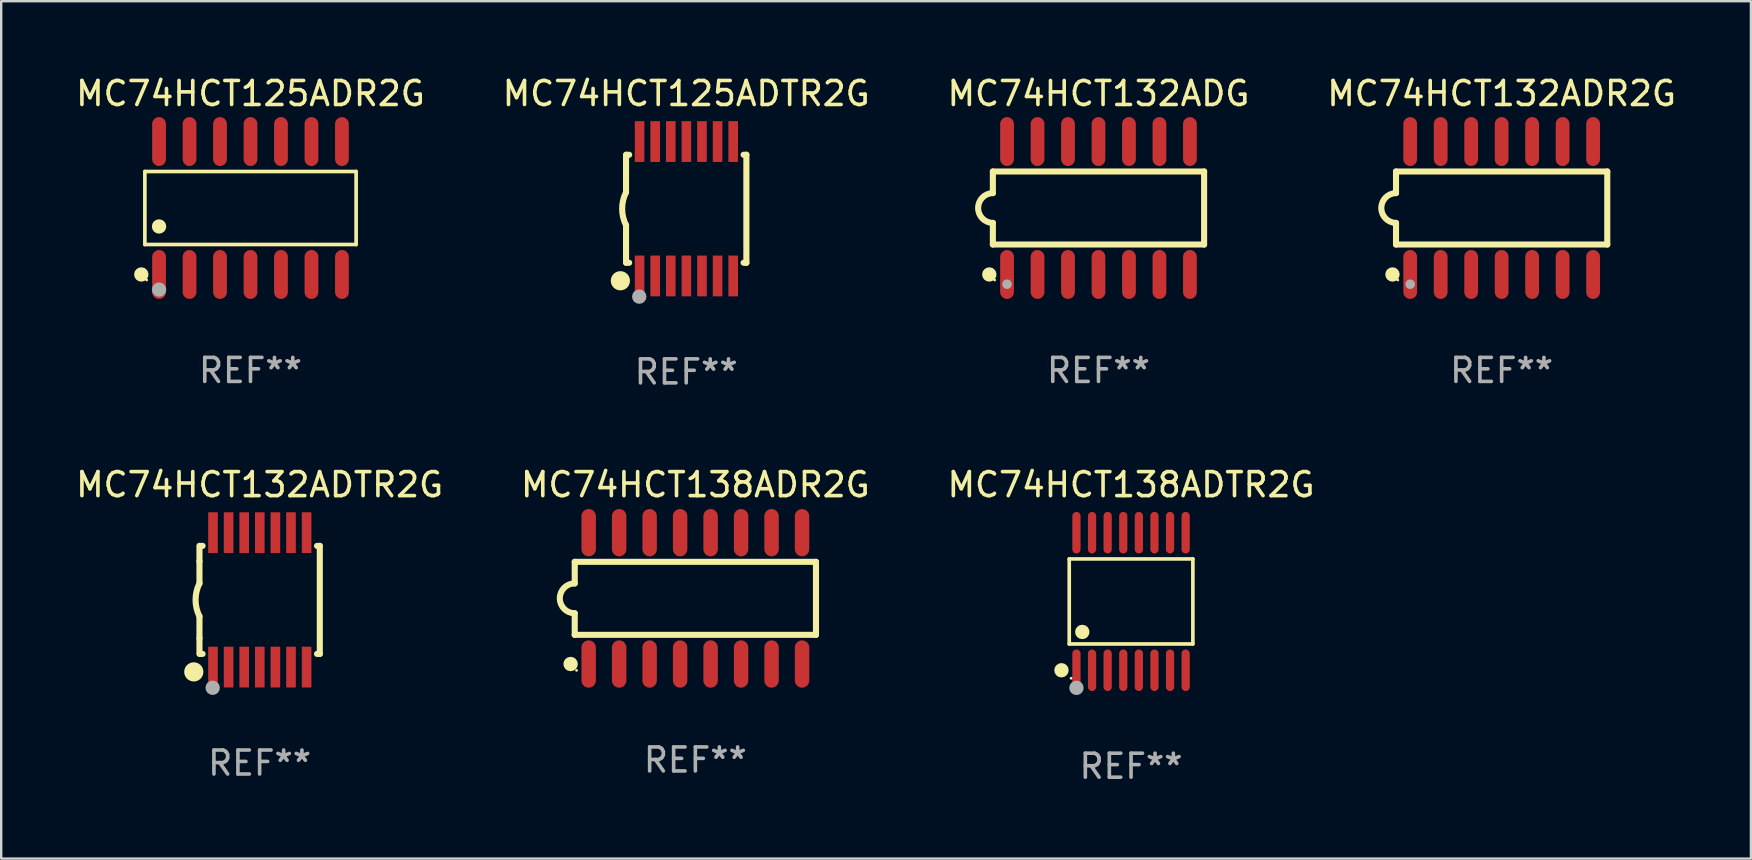
<source format=kicad_pcb>
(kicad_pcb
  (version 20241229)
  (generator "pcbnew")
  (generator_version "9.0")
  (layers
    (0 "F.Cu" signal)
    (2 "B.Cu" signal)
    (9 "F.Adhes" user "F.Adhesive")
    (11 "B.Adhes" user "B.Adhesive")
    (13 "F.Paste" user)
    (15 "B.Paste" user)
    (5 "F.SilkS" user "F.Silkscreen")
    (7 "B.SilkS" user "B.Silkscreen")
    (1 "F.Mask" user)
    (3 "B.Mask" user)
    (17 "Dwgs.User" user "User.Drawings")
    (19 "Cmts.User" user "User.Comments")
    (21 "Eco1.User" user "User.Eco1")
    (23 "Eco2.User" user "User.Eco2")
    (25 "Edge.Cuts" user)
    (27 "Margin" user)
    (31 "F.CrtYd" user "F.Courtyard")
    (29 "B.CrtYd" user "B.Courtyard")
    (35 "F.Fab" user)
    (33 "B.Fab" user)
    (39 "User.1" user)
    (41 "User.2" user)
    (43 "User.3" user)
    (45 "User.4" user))
  (footprint "MC74HCT125ADTR2G"
    (layer "F.Cu")
    (at 25.542 5.648)
    (property "Reference" "MC74HCT125ADTR2G" (at 0 -4.8 0) (layer "F.SilkS") (effects (font (size 1 1) (thickness 0.15))))
    (attr through_hole)
    (fp_line (start -2.507 -1.6) (end -2.507 -2.25) (stroke (width 0.254) (type solid)) (layer "F.SilkS"))
    (fp_line (start -2.507 -0.686) (end -2.507 -1.6) (stroke (width 0.254) (type solid)) (layer "F.SilkS"))
    (fp_line (start -2.507 1.6) (end -2.507 0.686) (stroke (width 0.254) (type solid)) (layer "F.SilkS"))
    (fp_line (start -2.507 1.6) (end -2.507 2.25) (stroke (width 0.254) (type solid)) (layer "F.SilkS"))
    (fp_line (start -2.493 -2.25) (end -2.377 -2.25) (stroke (width 0.254) (type solid)) (layer "F.SilkS"))
    (fp_line (start -2.377 2.25) (end -2.493 2.25) (stroke (width 0.254) (type solid)) (layer "F.SilkS"))
    (fp_line (start 2.392 -2.25) (end 2.507 -2.25) (stroke (width 0.254) (type solid)) (layer "F.SilkS"))
    (fp_line (start 2.507 -2.25) (end 2.507 2.25) (stroke (width 0.254) (type solid)) (layer "F.SilkS"))
    (fp_line (start 2.507 2.25) (end 2.392 2.25) (stroke (width 0.254) (type solid)) (layer "F.SilkS"))
    (fp_arc (start -2.507303 0.685802) (mid -2.669199 0) (end -2.507303 -0.685801) (stroke (width 0.254001) (type solid)) (layer "F.SilkS"))
    (fp_circle (center -2.743 3) (end -2.543 3) (stroke (width 0.4) (type solid)) (fill no) (layer "F.SilkS"))
    (fp_circle (center -2.493 3.2) (end -2.463 3.2) (stroke (width 0.06) (type solid)) (fill no) (layer "F.SilkS"))
    (fp_circle (center -1.957 3.662) (end -1.807 3.662) (stroke (width 0.3) (type solid)) (fill no) (layer "F.Fab"))
    (fp_text user "REF**" (at 0 6.8 0) (layer "F.Fab") (effects (font (size 1 1) (thickness 0.15))))
    (pad "1" smd rect (at -1.943 2.8) (size 0.4 1.7) (layers "F.Cu" "F.Mask" "F.Paste"))
    (pad "2" smd rect (at -1.293 2.8) (size 0.4 1.7) (layers "F.Cu" "F.Mask" "F.Paste"))
    (pad "3" smd rect (at -0.643 2.8) (size 0.4 1.7) (layers "F.Cu" "F.Mask" "F.Paste"))
    (pad "4" smd rect (at 0.007 2.8) (size 0.4 1.7) (layers "F.Cu" "F.Mask" "F.Paste"))
    (pad "5" smd rect (at 0.657 2.8) (size 0.4 1.7) (layers "F.Cu" "F.Mask" "F.Paste"))
    (pad "6" smd rect (at 1.307 2.8) (size 0.4 1.7) (layers "F.Cu" "F.Mask" "F.Paste"))
    (pad "7" smd rect (at 1.957 2.8) (size 0.4 1.7) (layers "F.Cu" "F.Mask" "F.Paste"))
    (pad "8" smd rect (at 1.957 -2.8) (size 0.4 1.7) (layers "F.Cu" "F.Mask" "F.Paste"))
    (pad "9" smd rect (at 1.307 -2.8) (size 0.4 1.7) (layers "F.Cu" "F.Mask" "F.Paste"))
    (pad "10" smd rect (at 0.657 -2.8) (size 0.4 1.7) (layers "F.Cu" "F.Mask" "F.Paste"))
    (pad "11" smd rect (at 0.007 -2.8) (size 0.4 1.7) (layers "F.Cu" "F.Mask" "F.Paste"))
    (pad "12" smd rect (at -0.643 -2.8) (size 0.4 1.7) (layers "F.Cu" "F.Mask" "F.Paste"))
    (pad "13" smd rect (at -1.293 -2.8) (size 0.4 1.7) (layers "F.Cu" "F.Mask" "F.Paste"))
    (pad "14" smd rect (at -1.943 -2.8) (size 0.4 1.7) (layers "F.Cu" "F.Mask" "F.Paste")))
  (footprint "MC74HCT138ADTR2G"
    (layer "F.Cu")
    (at 44.077 22.011)
    (property "Reference" "MC74HCT138ADTR2G" (at 0 -4.866 0) (layer "F.SilkS") (effects (font (size 1 1) (thickness 0.15))))
    (attr through_hole)
    (fp_line (start -2.576 -1.772) (end 2.576 -1.772) (stroke (width 0.152) (type solid)) (layer "F.SilkS"))
    (fp_line (start -2.576 1.771) (end -2.576 -1.772) (stroke (width 0.152) (type solid)) (layer "F.SilkS"))
    (fp_line (start 2.576 -1.772) (end 2.576 1.771) (stroke (width 0.152) (type solid)) (layer "F.SilkS"))
    (fp_line (start 2.576 1.771) (end -2.576 1.771) (stroke (width 0.152) (type solid)) (layer "F.SilkS"))
    (fp_circle (center -2.899 2.866) (end -2.749 2.866) (stroke (width 0.3) (type solid)) (fill no) (layer "F.SilkS"))
    (fp_circle (center -2.5 3.2) (end -2.47 3.2) (stroke (width 0.06) (type solid)) (fill no) (layer "F.SilkS"))
    (fp_circle (center -2.032 1.27) (end -1.882 1.27) (stroke (width 0.3) (type solid)) (fill no) (layer "F.SilkS"))
    (fp_circle (center -2.275 3.6) (end -2.125 3.6) (stroke (width 0.3) (type solid)) (fill no) (layer "F.Fab"))
    (fp_text user "REF**" (at 0 6.866 0) (layer "F.Fab") (effects (font (size 1 1) (thickness 0.15))))
    (pad "1" smd oval (at -2.275 2.866) (size 0.343 1.731) (layers "F.Cu" "F.Mask" "F.Paste"))
    (pad "2" smd oval (at -1.625 2.866) (size 0.343 1.731) (layers "F.Cu" "F.Mask" "F.Paste"))
    (pad "3" smd oval (at -0.975 2.866) (size 0.343 1.731) (layers "F.Cu" "F.Mask" "F.Paste"))
    (pad "4" smd oval (at -0.325 2.866) (size 0.343 1.731) (layers "F.Cu" "F.Mask" "F.Paste"))
    (pad "5" smd oval (at 0.325 2.866) (size 0.343 1.731) (layers "F.Cu" "F.Mask" "F.Paste"))
    (pad "6" smd oval (at 0.975 2.866) (size 0.343 1.731) (layers "F.Cu" "F.Mask" "F.Paste"))
    (pad "7" smd oval (at 1.625 2.866) (size 0.343 1.731) (layers "F.Cu" "F.Mask" "F.Paste"))
    (pad "8" smd oval (at 2.275 2.866) (size 0.343 1.731) (layers "F.Cu" "F.Mask" "F.Paste"))
    (pad "9" smd oval (at 2.275 -2.866) (size 0.343 1.731) (layers "F.Cu" "F.Mask" "F.Paste"))
    (pad "10" smd oval (at 1.625 -2.866) (size 0.343 1.731) (layers "F.Cu" "F.Mask" "F.Paste"))
    (pad "11" smd oval (at 0.975 -2.866) (size 0.343 1.731) (layers "F.Cu" "F.Mask" "F.Paste"))
    (pad "12" smd oval (at 0.325 -2.866) (size 0.343 1.731) (layers "F.Cu" "F.Mask" "F.Paste"))
    (pad "13" smd oval (at -0.325 -2.866) (size 0.343 1.731) (layers "F.Cu" "F.Mask" "F.Paste"))
    (pad "14" smd oval (at -0.975 -2.866) (size 0.343 1.731) (layers "F.Cu" "F.Mask" "F.Paste"))
    (pad "15" smd oval (at -1.625 -2.866) (size 0.343 1.731) (layers "F.Cu" "F.Mask" "F.Paste"))
    (pad "16" smd oval (at -2.275 -2.866) (size 0.343 1.731) (layers "F.Cu" "F.Mask" "F.Paste")))
  (footprint "MC74HCT138ADR2G"
    (layer "F.Cu")
    (at 25.923 21.881)
    (property "Reference" "MC74HCT138ADR2G" (at 0 -4.736 0) (layer "F.SilkS") (effects (font (size 1 1) (thickness 0.15))))
    (attr through_hole)
    (fp_line (start -5.026 -1.521) (end -5.026 -0.621) (stroke (width 0.254) (type solid)) (layer "F.SilkS"))
    (fp_line (start -5.026 -1.521) (end 5.026 -1.521) (stroke (width 0.254) (type solid)) (layer "F.SilkS"))
    (fp_line (start -5.026 1.521) (end -5.026 0.621) (stroke (width 0.254) (type solid)) (layer "F.SilkS"))
    (fp_line (start 5.026 -1.521) (end 5.026 1.521) (stroke (width 0.254) (type solid)) (layer "F.SilkS"))
    (fp_line (start 5.026 1.521) (end -5.026 1.521) (stroke (width 0.254) (type solid)) (layer "F.SilkS"))
    (fp_arc (start -5.026187 0.621387) (mid -5.647752 -0.000787) (end -5.025781 -0.622555) (stroke (width 0.254001) (type solid)) (layer "F.SilkS"))
    (fp_circle (center -5.198 2.736) (end -5.048 2.736) (stroke (width 0.3) (type solid)) (fill no) (layer "F.SilkS"))
    (fp_circle (center -4.95 3) (end -4.92 3) (stroke (width 0.06) (type solid)) (fill no) (layer "F.SilkS"))
    (fp_text user "REF**" (at 0 6.736 0) (layer "F.Fab") (effects (font (size 1 1) (thickness 0.15))))
    (pad "1" smd oval (at -4.445 2.736) (size 0.602 1.971) (layers "F.Cu" "F.Mask" "F.Paste"))
    (pad "2" smd oval (at -3.175 2.736) (size 0.602 1.971) (layers "F.Cu" "F.Mask" "F.Paste"))
    (pad "3" smd oval (at -1.905 2.736) (size 0.602 1.971) (layers "F.Cu" "F.Mask" "F.Paste"))
    (pad "4" smd oval (at -0.635 2.736) (size 0.602 1.971) (layers "F.Cu" "F.Mask" "F.Paste"))
    (pad "5" smd oval (at 0.635 2.736) (size 0.602 1.971) (layers "F.Cu" "F.Mask" "F.Paste"))
    (pad "6" smd oval (at 1.905 2.736) (size 0.602 1.971) (layers "F.Cu" "F.Mask" "F.Paste"))
    (pad "7" smd oval (at 3.175 2.736) (size 0.602 1.971) (layers "F.Cu" "F.Mask" "F.Paste"))
    (pad "8" smd oval (at 4.445 2.736) (size 0.602 1.971) (layers "F.Cu" "F.Mask" "F.Paste"))
    (pad "9" smd oval (at 4.445 -2.736) (size 0.602 1.971) (layers "F.Cu" "F.Mask" "F.Paste"))
    (pad "10" smd oval (at 3.175 -2.736) (size 0.602 1.971) (layers "F.Cu" "F.Mask" "F.Paste"))
    (pad "11" smd oval (at 1.905 -2.736) (size 0.602 1.971) (layers "F.Cu" "F.Mask" "F.Paste"))
    (pad "12" smd oval (at 0.635 -2.736) (size 0.602 1.971) (layers "F.Cu" "F.Mask" "F.Paste"))
    (pad "13" smd oval (at -0.635 -2.736) (size 0.602 1.971) (layers "F.Cu" "F.Mask" "F.Paste"))
    (pad "14" smd oval (at -1.905 -2.736) (size 0.602 1.971) (layers "F.Cu" "F.Mask" "F.Paste"))
    (pad "15" smd oval (at -3.175 -2.736) (size 0.602 1.971) (layers "F.Cu" "F.Mask" "F.Paste"))
    (pad "16" smd oval (at -4.445 -2.736) (size 0.602 1.971) (layers "F.Cu" "F.Mask" "F.Paste")))
  (footprint "MC74HCT125ADR2G"
    (layer "F.Cu")
    (at 7.387 5.617)
    (property "Reference" "MC74HCT125ADR2G" (at 0 -4.769 0) (layer "F.SilkS") (effects (font (size 1 1) (thickness 0.15))))
    (attr through_hole)
    (fp_line (start -4.401 -1.521) (end 4.401 -1.521) (stroke (width 0.152) (type solid)) (layer "F.SilkS"))
    (fp_line (start -4.401 1.521) (end -4.401 -1.521) (stroke (width 0.152) (type solid)) (layer "F.SilkS"))
    (fp_line (start 4.401 -1.521) (end 4.401 1.521) (stroke (width 0.152) (type solid)) (layer "F.SilkS"))
    (fp_line (start 4.401 1.521) (end -4.401 1.521) (stroke (width 0.152) (type solid)) (layer "F.SilkS"))
    (fp_circle (center -4.549 2.769) (end -4.399 2.769) (stroke (width 0.3) (type solid)) (fill no) (layer "F.SilkS"))
    (fp_circle (center -4.325 3) (end -4.295 3) (stroke (width 0.06) (type solid)) (fill no) (layer "F.SilkS"))
    (fp_circle (center -3.81 0.769) (end -3.66 0.769) (stroke (width 0.3) (type solid)) (fill no) (layer "F.SilkS"))
    (fp_circle (center -3.81 3.4) (end -3.66 3.4) (stroke (width 0.3) (type solid)) (fill no) (layer "F.Fab"))
    (fp_text user "REF**" (at 0 6.769 0) (layer "F.Fab") (effects (font (size 1 1) (thickness 0.15))))
    (pad "1" smd oval (at -3.81 2.769) (size 0.574 2.038) (layers "F.Cu" "F.Mask" "F.Paste"))
    (pad "2" smd oval (at -2.54 2.769) (size 0.574 2.038) (layers "F.Cu" "F.Mask" "F.Paste"))
    (pad "3" smd oval (at -1.27 2.769) (size 0.574 2.038) (layers "F.Cu" "F.Mask" "F.Paste"))
    (pad "4" smd oval (at 0 2.769) (size 0.574 2.038) (layers "F.Cu" "F.Mask" "F.Paste"))
    (pad "5" smd oval (at 1.27 2.769) (size 0.574 2.038) (layers "F.Cu" "F.Mask" "F.Paste"))
    (pad "6" smd oval (at 2.54 2.769) (size 0.574 2.038) (layers "F.Cu" "F.Mask" "F.Paste"))
    (pad "7" smd oval (at 3.81 2.769) (size 0.574 2.038) (layers "F.Cu" "F.Mask" "F.Paste"))
    (pad "8" smd oval (at 3.81 -2.769) (size 0.574 2.038) (layers "F.Cu" "F.Mask" "F.Paste"))
    (pad "9" smd oval (at 2.54 -2.769) (size 0.574 2.038) (layers "F.Cu" "F.Mask" "F.Paste"))
    (pad "10" smd oval (at 1.27 -2.769) (size 0.574 2.038) (layers "F.Cu" "F.Mask" "F.Paste"))
    (pad "11" smd oval (at 0 -2.769) (size 0.574 2.038) (layers "F.Cu" "F.Mask" "F.Paste"))
    (pad "12" smd oval (at -1.27 -2.769) (size 0.574 2.038) (layers "F.Cu" "F.Mask" "F.Paste"))
    (pad "13" smd oval (at -2.54 -2.769) (size 0.574 2.038) (layers "F.Cu" "F.Mask" "F.Paste"))
    (pad "14" smd oval (at -3.81 -2.769) (size 0.574 2.038) (layers "F.Cu" "F.Mask" "F.Paste")))
  (footprint "MC74HCT132ADG"
    (layer "F.Cu")
    (at 42.72 5.617)
    (property "Reference" "MC74HCT132ADG" (at 0 -4.769 0) (layer "F.SilkS") (effects (font (size 1 1) (thickness 0.15))))
    (attr through_hole)
    (fp_line (start -4.401 -1.522) (end -4.401 -0.622) (stroke (width 0.254) (type solid)) (layer "F.SilkS"))
    (fp_line (start -4.401 -1.522) (end 4.401 -1.522) (stroke (width 0.254) (type solid)) (layer "F.SilkS"))
    (fp_line (start -4.401 1.521) (end -4.401 0.621) (stroke (width 0.254) (type solid)) (layer "F.SilkS"))
    (fp_line (start 4.401 -1.522) (end 4.401 1.521) (stroke (width 0.254) (type solid)) (layer "F.SilkS"))
    (fp_line (start 4.401 1.521) (end -4.401 1.521) (stroke (width 0.254) (type solid)) (layer "F.SilkS"))
    (fp_arc (start -4.401219 0.621311) (mid -5.021261 -0.000419) (end -4.400101 -0.621032) (stroke (width 0.254001) (type solid)) (layer "F.SilkS"))
    (fp_circle (center -4.549 2.769) (end -4.399 2.769) (stroke (width 0.3) (type solid)) (fill no) (layer "F.SilkS"))
    (fp_circle (center -4.325 3) (end -4.295 3) (stroke (width 0.06) (type solid)) (fill no) (layer "F.SilkS"))
    (fp_circle (center -3.81 3.175) (end -3.71 3.175) (stroke (width 0.2) (type solid)) (fill no) (layer "F.Fab"))
    (fp_text user "REF**" (at 0 6.769 0) (layer "F.Fab") (effects (font (size 1 1) (thickness 0.15))))
    (pad "1" smd oval (at -3.81 2.769) (size 0.574 2.038) (layers "F.Cu" "F.Mask" "F.Paste"))
    (pad "2" smd oval (at -2.54 2.769) (size 0.574 2.038) (layers "F.Cu" "F.Mask" "F.Paste"))
    (pad "3" smd oval (at -1.27 2.769) (size 0.574 2.038) (layers "F.Cu" "F.Mask" "F.Paste"))
    (pad "4" smd oval (at -0.000051 2.769) (size 0.574 2.038) (layers "F.Cu" "F.Mask" "F.Paste"))
    (pad "5" smd oval (at 1.27 2.769) (size 0.574 2.038) (layers "F.Cu" "F.Mask" "F.Paste"))
    (pad "6" smd oval (at 2.54 2.769) (size 0.574 2.038) (layers "F.Cu" "F.Mask" "F.Paste"))
    (pad "7" smd oval (at 3.81 2.769) (size 0.574 2.038) (layers "F.Cu" "F.Mask" "F.Paste"))
    (pad "8" smd oval (at 3.81 -2.769) (size 0.574 2.038) (layers "F.Cu" "F.Mask" "F.Paste"))
    (pad "9" smd oval (at 2.54 -2.769) (size 0.574 2.038) (layers "F.Cu" "F.Mask" "F.Paste"))
    (pad "10" smd oval (at 1.27 -2.769) (size 0.574 2.038) (layers "F.Cu" "F.Mask" "F.Paste"))
    (pad "11" smd oval (at -0.000051 -2.769) (size 0.574 2.038) (layers "F.Cu" "F.Mask" "F.Paste"))
    (pad "12" smd oval (at -1.27 -2.769) (size 0.574 2.038) (layers "F.Cu" "F.Mask" "F.Paste"))
    (pad "13" smd oval (at -2.54 -2.769) (size 0.574 2.038) (layers "F.Cu" "F.Mask" "F.Paste"))
    (pad "14" smd oval (at -3.81 -2.769) (size 0.574 2.038) (layers "F.Cu" "F.Mask" "F.Paste")))
  (footprint "MC74HCT132ADR2G"
    (layer "F.Cu")
    (at 59.518 5.617)
    (property "Reference" "MC74HCT132ADR2G" (at 0 -4.769 0) (layer "F.SilkS") (effects (font (size 1 1) (thickness 0.15))))
    (attr through_hole)
    (fp_line (start -4.401 -1.522) (end -4.401 -0.622) (stroke (width 0.254) (type solid)) (layer "F.SilkS"))
    (fp_line (start -4.401 -1.522) (end 4.401 -1.522) (stroke (width 0.254) (type solid)) (layer "F.SilkS"))
    (fp_line (start -4.401 1.521) (end -4.401 0.621) (stroke (width 0.254) (type solid)) (layer "F.SilkS"))
    (fp_line (start 4.401 -1.522) (end 4.401 1.521) (stroke (width 0.254) (type solid)) (layer "F.SilkS"))
    (fp_line (start 4.401 1.521) (end -4.401 1.521) (stroke (width 0.254) (type solid)) (layer "F.SilkS"))
    (fp_arc (start -4.401219 0.621311) (mid -5.021261 -0.000419) (end -4.400101 -0.621032) (stroke (width 0.254001) (type solid)) (layer "F.SilkS"))
    (fp_circle (center -4.549 2.769) (end -4.399 2.769) (stroke (width 0.3) (type solid)) (fill no) (layer "F.SilkS"))
    (fp_circle (center -4.325 3) (end -4.295 3) (stroke (width 0.06) (type solid)) (fill no) (layer "F.SilkS"))
    (fp_circle (center -3.81 3.175) (end -3.71 3.175) (stroke (width 0.2) (type solid)) (fill no) (layer "F.Fab"))
    (fp_text user "REF**" (at 0 6.769 0) (layer "F.Fab") (effects (font (size 1 1) (thickness 0.15))))
    (pad "1" smd oval (at -3.81 2.769) (size 0.574 2.038) (layers "F.Cu" "F.Mask" "F.Paste"))
    (pad "2" smd oval (at -2.54 2.769) (size 0.574 2.038) (layers "F.Cu" "F.Mask" "F.Paste"))
    (pad "3" smd oval (at -1.27 2.769) (size 0.574 2.038) (layers "F.Cu" "F.Mask" "F.Paste"))
    (pad "4" smd oval (at -0.000051 2.769) (size 0.574 2.038) (layers "F.Cu" "F.Mask" "F.Paste"))
    (pad "5" smd oval (at 1.27 2.769) (size 0.574 2.038) (layers "F.Cu" "F.Mask" "F.Paste"))
    (pad "6" smd oval (at 2.54 2.769) (size 0.574 2.038) (layers "F.Cu" "F.Mask" "F.Paste"))
    (pad "7" smd oval (at 3.81 2.769) (size 0.574 2.038) (layers "F.Cu" "F.Mask" "F.Paste"))
    (pad "8" smd oval (at 3.81 -2.769) (size 0.574 2.038) (layers "F.Cu" "F.Mask" "F.Paste"))
    (pad "9" smd oval (at 2.54 -2.769) (size 0.574 2.038) (layers "F.Cu" "F.Mask" "F.Paste"))
    (pad "10" smd oval (at 1.27 -2.769) (size 0.574 2.038) (layers "F.Cu" "F.Mask" "F.Paste"))
    (pad "11" smd oval (at -0.000051 -2.769) (size 0.574 2.038) (layers "F.Cu" "F.Mask" "F.Paste"))
    (pad "12" smd oval (at -1.27 -2.769) (size 0.574 2.038) (layers "F.Cu" "F.Mask" "F.Paste"))
    (pad "13" smd oval (at -2.54 -2.769) (size 0.574 2.038) (layers "F.Cu" "F.Mask" "F.Paste"))
    (pad "14" smd oval (at -3.81 -2.769) (size 0.574 2.038) (layers "F.Cu" "F.Mask" "F.Paste")))
  (footprint "MC74HCT132ADTR2G"
    (layer "F.Cu")
    (at 7.768 21.945)
    (property "Reference" "MC74HCT132ADTR2G" (at 0 -4.8 0) (layer "F.SilkS") (effects (font (size 1 1) (thickness 0.15))))
    (attr through_hole)
    (fp_line (start -2.507 -1.6) (end -2.507 -2.25) (stroke (width 0.254) (type solid)) (layer "F.SilkS"))
    (fp_line (start -2.507 -0.686) (end -2.507 -1.6) (stroke (width 0.254) (type solid)) (layer "F.SilkS"))
    (fp_line (start -2.507 1.6) (end -2.507 0.686) (stroke (width 0.254) (type solid)) (layer "F.SilkS"))
    (fp_line (start -2.507 1.6) (end -2.507 2.25) (stroke (width 0.254) (type solid)) (layer "F.SilkS"))
    (fp_line (start -2.493 -2.25) (end -2.377 -2.25) (stroke (width 0.254) (type solid)) (layer "F.SilkS"))
    (fp_line (start -2.377 2.25) (end -2.493 2.25) (stroke (width 0.254) (type solid)) (layer "F.SilkS"))
    (fp_line (start 2.392 -2.25) (end 2.507 -2.25) (stroke (width 0.254) (type solid)) (layer "F.SilkS"))
    (fp_line (start 2.507 -2.25) (end 2.507 2.25) (stroke (width 0.254) (type solid)) (layer "F.SilkS"))
    (fp_line (start 2.507 2.25) (end 2.392 2.25) (stroke (width 0.254) (type solid)) (layer "F.SilkS"))
    (fp_arc (start -2.507303 0.685802) (mid -2.669199 0) (end -2.507303 -0.685801) (stroke (width 0.254001) (type solid)) (layer "F.SilkS"))
    (fp_circle (center -2.743 3) (end -2.543 3) (stroke (width 0.4) (type solid)) (fill no) (layer "F.SilkS"))
    (fp_circle (center -2.493 3.2) (end -2.463 3.2) (stroke (width 0.06) (type solid)) (fill no) (layer "F.SilkS"))
    (fp_circle (center -1.957 3.662) (end -1.807 3.662) (stroke (width 0.3) (type solid)) (fill no) (layer "F.Fab"))
    (fp_text user "REF**" (at 0 6.8 0) (layer "F.Fab") (effects (font (size 1 1) (thickness 0.15))))
    (pad "1" smd rect (at -1.943 2.8) (size 0.4 1.7) (layers "F.Cu" "F.Mask" "F.Paste"))
    (pad "2" smd rect (at -1.293 2.8) (size 0.4 1.7) (layers "F.Cu" "F.Mask" "F.Paste"))
    (pad "3" smd rect (at -0.643 2.8) (size 0.4 1.7) (layers "F.Cu" "F.Mask" "F.Paste"))
    (pad "4" smd rect (at 0.007 2.8) (size 0.4 1.7) (layers "F.Cu" "F.Mask" "F.Paste"))
    (pad "5" smd rect (at 0.657 2.8) (size 0.4 1.7) (layers "F.Cu" "F.Mask" "F.Paste"))
    (pad "6" smd rect (at 1.307 2.8) (size 0.4 1.7) (layers "F.Cu" "F.Mask" "F.Paste"))
    (pad "7" smd rect (at 1.957 2.8) (size 0.4 1.7) (layers "F.Cu" "F.Mask" "F.Paste"))
    (pad "8" smd rect (at 1.957 -2.8) (size 0.4 1.7) (layers "F.Cu" "F.Mask" "F.Paste"))
    (pad "9" smd rect (at 1.307 -2.8) (size 0.4 1.7) (layers "F.Cu" "F.Mask" "F.Paste"))
    (pad "10" smd rect (at 0.657 -2.8) (size 0.4 1.7) (layers "F.Cu" "F.Mask" "F.Paste"))
    (pad "11" smd rect (at 0.007 -2.8) (size 0.4 1.7) (layers "F.Cu" "F.Mask" "F.Paste"))
    (pad "12" smd rect (at -0.643 -2.8) (size 0.4 1.7) (layers "F.Cu" "F.Mask" "F.Paste"))
    (pad "13" smd rect (at -1.293 -2.8) (size 0.4 1.7) (layers "F.Cu" "F.Mask" "F.Paste"))
    (pad "14" smd rect (at -1.943 -2.8) (size 0.4 1.7) (layers "F.Cu" "F.Mask" "F.Paste")))
  (gr_rect
    (start -3 -3)
    (end 69.905 32.725)
    (stroke (width 0.1) (type default))
    (fill no)
    (layer "Edge.Cuts")))
</source>
